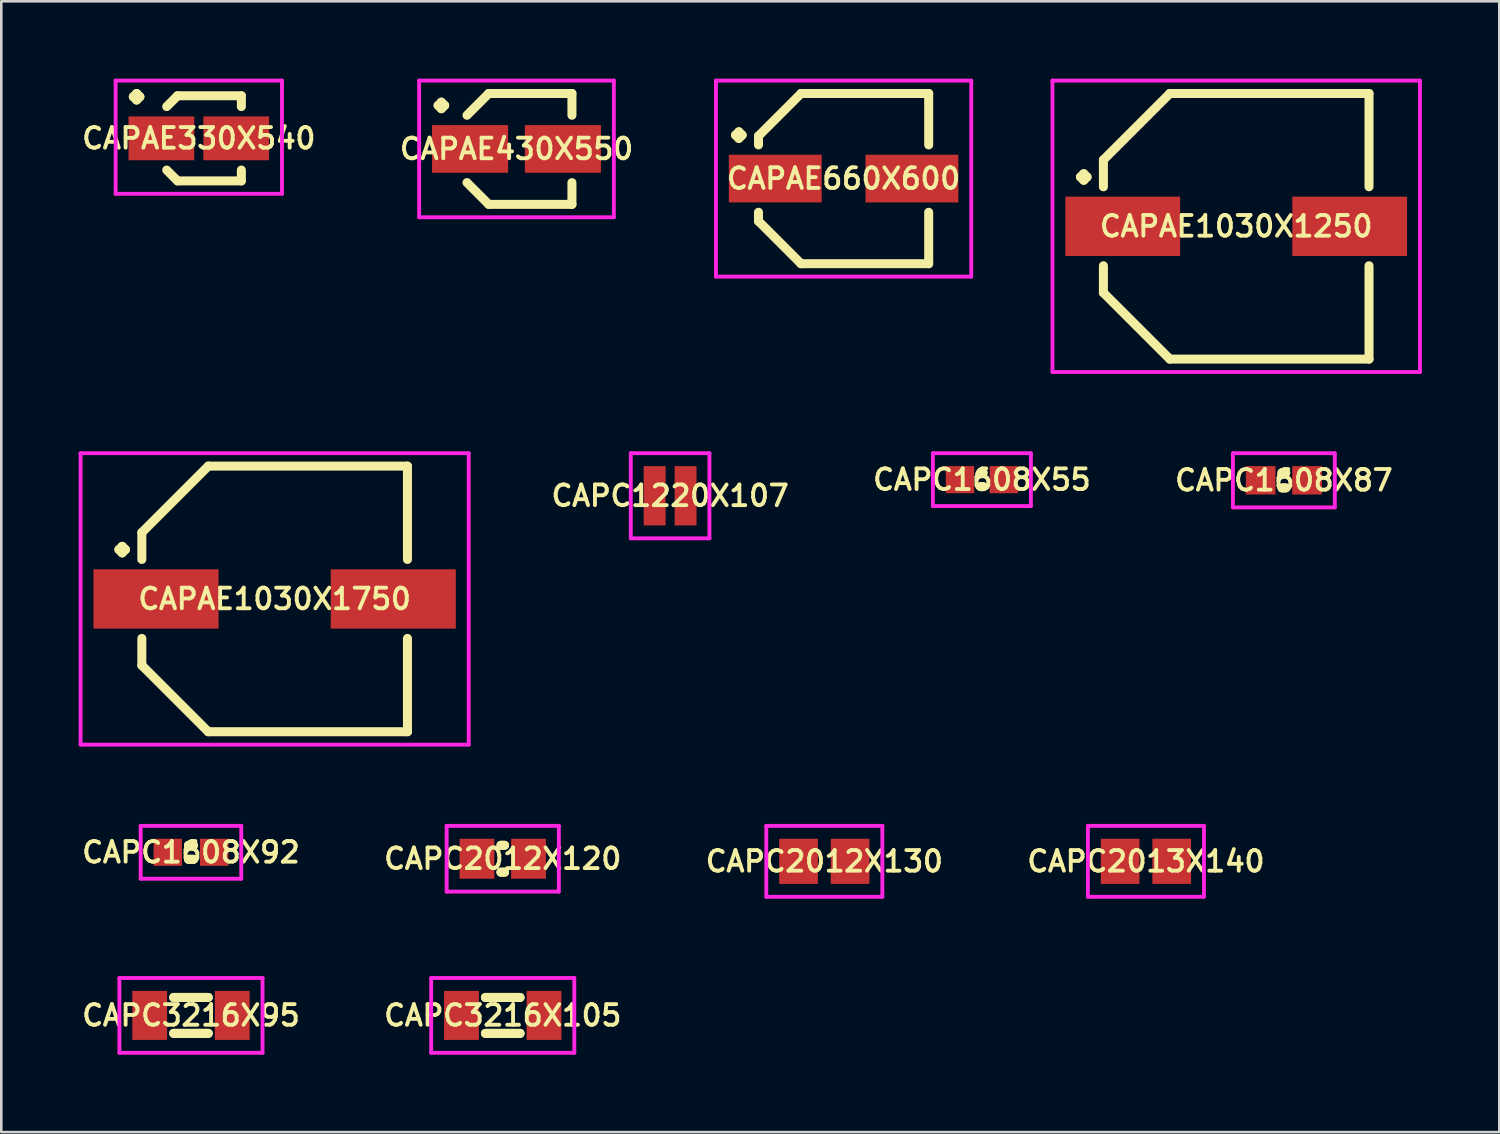
<source format=kicad_pcb>
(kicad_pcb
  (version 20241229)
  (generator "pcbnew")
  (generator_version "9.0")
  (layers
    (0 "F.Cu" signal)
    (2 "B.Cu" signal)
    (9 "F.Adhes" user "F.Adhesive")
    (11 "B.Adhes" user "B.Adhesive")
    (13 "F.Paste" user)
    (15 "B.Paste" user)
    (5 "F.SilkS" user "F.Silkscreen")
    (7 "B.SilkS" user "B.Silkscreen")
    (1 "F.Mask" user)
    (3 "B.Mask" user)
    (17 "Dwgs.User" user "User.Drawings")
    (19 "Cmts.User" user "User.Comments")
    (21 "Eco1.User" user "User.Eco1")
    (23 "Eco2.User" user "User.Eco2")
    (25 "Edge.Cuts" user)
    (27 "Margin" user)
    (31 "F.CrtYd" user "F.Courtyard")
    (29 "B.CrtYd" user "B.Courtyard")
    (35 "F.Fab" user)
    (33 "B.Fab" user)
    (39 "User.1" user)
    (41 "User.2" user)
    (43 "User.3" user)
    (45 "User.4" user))
  (footprint "CAPAE1030X1250"
    (layer "F.Cu")
    (at 44.887 5.725)
    (property "Reference" "CAPAE1030X1250" (at 0 0 0) (layer "F.SilkS") (effects (font (size 0.8 0.8) (thickness 0.15))))
    (attr smd)
    (fp_line (start -6.039 -1.912) (end -5.912 -2.039) (stroke (width 0.35) (type solid)) (layer "F.SilkS"))
    (fp_line (start -5.912 -2.039) (end -5.785 -1.912) (stroke (width 0.35) (type solid)) (layer "F.SilkS"))
    (fp_line (start -5.912 -1.785) (end -6.039 -1.912) (stroke (width 0.35) (type solid)) (layer "F.SilkS"))
    (fp_line (start -5.785 -1.912) (end -5.912 -1.785) (stroke (width 0.35) (type solid)) (layer "F.SilkS"))
    (fp_line (start -5.15 -2.575) (end -5.15 -1.531) (stroke (width 0.35) (type solid)) (layer "F.SilkS"))
    (fp_line (start -5.15 2.575) (end -5.15 1.531) (stroke (width 0.35) (type solid)) (layer "F.SilkS"))
    (fp_line (start -2.575 -5.15) (end -5.15 -2.575) (stroke (width 0.35) (type solid)) (layer "F.SilkS"))
    (fp_line (start -2.575 5.15) (end -5.15 2.575) (stroke (width 0.35) (type solid)) (layer "F.SilkS"))
    (fp_line (start 5.15 -5.15) (end -2.575 -5.15) (stroke (width 0.35) (type solid)) (layer "F.SilkS"))
    (fp_line (start 5.15 -1.531) (end 5.15 -5.15) (stroke (width 0.35) (type solid)) (layer "F.SilkS"))
    (fp_line (start 5.15 1.531) (end 5.15 5.15) (stroke (width 0.35) (type solid)) (layer "F.SilkS"))
    (fp_line (start 5.15 5.15) (end -2.575 5.15) (stroke (width 0.35) (type solid)) (layer "F.SilkS"))
    (fp_line (start -7.125 -5.65) (end 7.125 -5.65) (stroke (width 0.15) (type solid)) (layer "F.CrtYd"))
    (fp_line (start -7.125 5.65) (end -7.125 -5.65) (stroke (width 0.15) (type solid)) (layer "F.CrtYd"))
    (fp_line (start 7.125 -5.65) (end 7.125 5.65) (stroke (width 0.15) (type solid)) (layer "F.CrtYd"))
    (fp_line (start 7.125 5.65) (end -7.125 5.65) (stroke (width 0.15) (type solid)) (layer "F.CrtYd"))
    (pad "1" smd rect (at -4.4 0) (size 4.45 2.3) (layers "F.Cu" "F.Mask" "F.Paste"))
    (pad "2" smd rect (at 4.4 0) (size 4.45 2.3) (layers "F.Cu" "F.Mask" "F.Paste")))
  (footprint "CAPAE1030X1750"
    (layer "F.Cu")
    (at 7.6 20.175)
    (property "Reference" "CAPAE1030X1750" (at 0 0 0) (layer "F.SilkS") (effects (font (size 0.8 0.8) (thickness 0.15))))
    (attr smd)
    (fp_line (start -6.039 -1.912) (end -5.912 -2.039) (stroke (width 0.35) (type solid)) (layer "F.SilkS"))
    (fp_line (start -5.912 -2.039) (end -5.785 -1.912) (stroke (width 0.35) (type solid)) (layer "F.SilkS"))
    (fp_line (start -5.912 -1.785) (end -6.039 -1.912) (stroke (width 0.35) (type solid)) (layer "F.SilkS"))
    (fp_line (start -5.785 -1.912) (end -5.912 -1.785) (stroke (width 0.35) (type solid)) (layer "F.SilkS"))
    (fp_line (start -5.15 -2.575) (end -5.15 -1.531) (stroke (width 0.35) (type solid)) (layer "F.SilkS"))
    (fp_line (start -5.15 2.575) (end -5.15 1.531) (stroke (width 0.35) (type solid)) (layer "F.SilkS"))
    (fp_line (start -2.575 -5.15) (end -5.15 -2.575) (stroke (width 0.35) (type solid)) (layer "F.SilkS"))
    (fp_line (start -2.575 5.15) (end -5.15 2.575) (stroke (width 0.35) (type solid)) (layer "F.SilkS"))
    (fp_line (start 5.15 -5.15) (end -2.575 -5.15) (stroke (width 0.35) (type solid)) (layer "F.SilkS"))
    (fp_line (start 5.15 -1.531) (end 5.15 -5.15) (stroke (width 0.35) (type solid)) (layer "F.SilkS"))
    (fp_line (start 5.15 1.531) (end 5.15 5.15) (stroke (width 0.35) (type solid)) (layer "F.SilkS"))
    (fp_line (start 5.15 5.15) (end -2.575 5.15) (stroke (width 0.35) (type solid)) (layer "F.SilkS"))
    (fp_line (start -7.525 -5.65) (end 7.525 -5.65) (stroke (width 0.15) (type solid)) (layer "F.CrtYd"))
    (fp_line (start -7.525 5.65) (end -7.525 -5.65) (stroke (width 0.15) (type solid)) (layer "F.CrtYd"))
    (fp_line (start 7.525 -5.65) (end 7.525 5.65) (stroke (width 0.15) (type solid)) (layer "F.CrtYd"))
    (fp_line (start 7.525 5.65) (end -7.525 5.65) (stroke (width 0.15) (type solid)) (layer "F.CrtYd"))
    (pad "1" smd rect (at -4.6 0) (size 4.85 2.3) (layers "F.Cu" "F.Mask" "F.Paste"))
    (pad "2" smd rect (at 4.6 0) (size 4.85 2.3) (layers "F.Cu" "F.Mask" "F.Paste")))
  (footprint "CAPC3216X95"
    (layer "F.Cu")
    (at 4.355 36.325)
    (property "Reference" "CAPC3216X95" (at 0 0 0) (layer "F.SilkS") (effects (font (size 0.8 0.8) (thickness 0.15))))
    (attr smd)
    (fp_line (start -0.671 -0.696) (end 0.671 -0.696) (stroke (width 0.35) (type solid)) (layer "F.SilkS"))
    (fp_line (start -0.671 0.696) (end 0.671 0.696) (stroke (width 0.35) (type solid)) (layer "F.SilkS"))
    (fp_line (start 0.671 -0.696) (end -0.671 -0.696) (stroke (width 0.35) (type solid)) (layer "F.SilkS"))
    (fp_line (start 0.671 0.696) (end -0.671 0.696) (stroke (width 0.35) (type solid)) (layer "F.SilkS"))
    (fp_line (start -2.775 -1.45) (end 2.775 -1.45) (stroke (width 0.15) (type solid)) (layer "F.CrtYd"))
    (fp_line (start -2.775 1.45) (end -2.775 -1.45) (stroke (width 0.15) (type solid)) (layer "F.CrtYd"))
    (fp_line (start 2.775 -1.45) (end 2.775 1.45) (stroke (width 0.15) (type solid)) (layer "F.CrtYd"))
    (fp_line (start 2.775 1.45) (end -2.775 1.45) (stroke (width 0.15) (type solid)) (layer "F.CrtYd"))
    (pad "1" smd rect (at -1.6 0) (size 1.35 1.9) (layers "F.Cu" "F.Mask" "F.Paste"))
    (pad "2" smd rect (at 1.6 0) (size 1.35 1.9) (layers "F.Cu" "F.Mask" "F.Paste")))
  (footprint "CAPC1608X55"
    (layer "F.Cu")
    (at 35.025 15.55)
    (property "Reference" "CAPC1608X55" (at 0 0 0) (layer "F.SilkS") (effects (font (size 0.8 0.8) (thickness 0.15))))
    (attr smd)
    (fp_line (start -0.046 -0.271) (end 0.046 -0.271) (stroke (width 0.35) (type solid)) (layer "F.SilkS"))
    (fp_line (start -0.046 0.271) (end 0.046 0.271) (stroke (width 0.35) (type solid)) (layer "F.SilkS"))
    (fp_line (start 0.046 -0.271) (end -0.046 -0.271) (stroke (width 0.35) (type solid)) (layer "F.SilkS"))
    (fp_line (start 0.046 0.271) (end -0.046 0.271) (stroke (width 0.35) (type solid)) (layer "F.SilkS"))
    (fp_line (start -1.9 -1.025) (end 1.9 -1.025) (stroke (width 0.15) (type solid)) (layer "F.CrtYd"))
    (fp_line (start -1.9 1.025) (end -1.9 -1.025) (stroke (width 0.15) (type solid)) (layer "F.CrtYd"))
    (fp_line (start 1.9 -1.025) (end 1.9 1.025) (stroke (width 0.15) (type solid)) (layer "F.CrtYd"))
    (fp_line (start 1.9 1.025) (end -1.9 1.025) (stroke (width 0.15) (type solid)) (layer "F.CrtYd"))
    (pad "1" smd rect (at -0.85 0) (size 1.1 1.05) (layers "F.Cu" "F.Mask" "F.Paste"))
    (pad "2" smd rect (at 0.85 0) (size 1.1 1.05) (layers "F.Cu" "F.Mask" "F.Paste")))
  (footprint "CAPC1608X92"
    (layer "F.Cu")
    (at 4.355 30)
    (property "Reference" "CAPC1608X92" (at 0 0 0) (layer "F.SilkS") (effects (font (size 0.8 0.8) (thickness 0.15))))
    (attr smd)
    (fp_line (start -0.096 -0.271) (end 0.096 -0.271) (stroke (width 0.35) (type solid)) (layer "F.SilkS"))
    (fp_line (start -0.096 0.271) (end 0.096 0.271) (stroke (width 0.35) (type solid)) (layer "F.SilkS"))
    (fp_line (start 0.096 -0.271) (end -0.096 -0.271) (stroke (width 0.35) (type solid)) (layer "F.SilkS"))
    (fp_line (start 0.096 0.271) (end -0.096 0.271) (stroke (width 0.35) (type solid)) (layer "F.SilkS"))
    (fp_line (start -1.95 -1.025) (end 1.95 -1.025) (stroke (width 0.15) (type solid)) (layer "F.CrtYd"))
    (fp_line (start -1.95 1.025) (end -1.95 -1.025) (stroke (width 0.15) (type solid)) (layer "F.CrtYd"))
    (fp_line (start 1.95 -1.025) (end 1.95 1.025) (stroke (width 0.15) (type solid)) (layer "F.CrtYd"))
    (fp_line (start 1.95 1.025) (end -1.95 1.025) (stroke (width 0.15) (type solid)) (layer "F.CrtYd"))
    (pad "1" smd rect (at -0.9 0) (size 1.1 1.05) (layers "F.Cu" "F.Mask" "F.Paste"))
    (pad "2" smd rect (at 0.9 0) (size 1.1 1.05) (layers "F.Cu" "F.Mask" "F.Paste")))
  (footprint "CAPC1220X107"
    (layer "F.Cu")
    (at 22.935 16.175)
    (property "Reference" "CAPC1220X107" (at 0 0 0) (layer "F.SilkS") (effects (font (size 0.8 0.8) (thickness 0.15))))
    (attr smd)
    (fp_line (start -1.525 -1.65) (end 1.525 -1.65) (stroke (width 0.15) (type solid)) (layer "F.CrtYd"))
    (fp_line (start -1.525 1.65) (end -1.525 -1.65) (stroke (width 0.15) (type solid)) (layer "F.CrtYd"))
    (fp_line (start 1.525 -1.65) (end 1.525 1.65) (stroke (width 0.15) (type solid)) (layer "F.CrtYd"))
    (fp_line (start 1.525 1.65) (end -1.525 1.65) (stroke (width 0.15) (type solid)) (layer "F.CrtYd"))
    (pad "1" smd rect (at -0.6 0) (size 0.85 2.3) (layers "F.Cu" "F.Mask" "F.Paste"))
    (pad "2" smd rect (at 0.6 0) (size 0.85 2.3) (layers "F.Cu" "F.Mask" "F.Paste")))
  (footprint "CAPC1608X87"
    (layer "F.Cu")
    (at 46.735 15.575)
    (property "Reference" "CAPC1608X87" (at 0 0 0) (layer "F.SilkS") (effects (font (size 0.8 0.8) (thickness 0.15))))
    (attr smd)
    (fp_line (start -0.071 -0.296) (end 0.071 -0.296) (stroke (width 0.35) (type solid)) (layer "F.SilkS"))
    (fp_line (start -0.071 0.296) (end 0.071 0.296) (stroke (width 0.35) (type solid)) (layer "F.SilkS"))
    (fp_line (start 0.071 -0.296) (end -0.071 -0.296) (stroke (width 0.35) (type solid)) (layer "F.SilkS"))
    (fp_line (start 0.071 0.296) (end -0.071 0.296) (stroke (width 0.35) (type solid)) (layer "F.SilkS"))
    (fp_line (start -1.975 -1.05) (end 1.975 -1.05) (stroke (width 0.15) (type solid)) (layer "F.CrtYd"))
    (fp_line (start -1.975 1.05) (end -1.975 -1.05) (stroke (width 0.15) (type solid)) (layer "F.CrtYd"))
    (fp_line (start 1.975 -1.05) (end 1.975 1.05) (stroke (width 0.15) (type solid)) (layer "F.CrtYd"))
    (fp_line (start 1.975 1.05) (end -1.975 1.05) (stroke (width 0.15) (type solid)) (layer "F.CrtYd"))
    (pad "1" smd rect (at -0.9 0) (size 1.15 1.1) (layers "F.Cu" "F.Mask" "F.Paste"))
    (pad "2" smd rect (at 0.9 0) (size 1.15 1.1) (layers "F.Cu" "F.Mask" "F.Paste")))
  (footprint "CAPAE430X550"
    (layer "F.Cu")
    (at 16.978 2.725)
    (property "Reference" "CAPAE430X550" (at 0 0 0) (layer "F.SilkS") (effects (font (size 0.8 0.8) (thickness 0.15))))
    (attr smd)
    (fp_line (start -3.039 -1.687) (end -2.912 -1.814) (stroke (width 0.35) (type solid)) (layer "F.SilkS"))
    (fp_line (start -2.912 -1.814) (end -2.785 -1.687) (stroke (width 0.35) (type solid)) (layer "F.SilkS"))
    (fp_line (start -2.912 -1.56) (end -3.039 -1.687) (stroke (width 0.35) (type solid)) (layer "F.SilkS"))
    (fp_line (start -2.785 -1.687) (end -2.912 -1.56) (stroke (width 0.35) (type solid)) (layer "F.SilkS"))
    (fp_line (start -1.075 -2.15) (end -1.919 -1.306) (stroke (width 0.35) (type solid)) (layer "F.SilkS"))
    (fp_line (start -1.075 2.15) (end -1.919 1.306) (stroke (width 0.35) (type solid)) (layer "F.SilkS"))
    (fp_line (start 2.15 -2.15) (end -1.075 -2.15) (stroke (width 0.35) (type solid)) (layer "F.SilkS"))
    (fp_line (start 2.15 -1.306) (end 2.15 -2.15) (stroke (width 0.35) (type solid)) (layer "F.SilkS"))
    (fp_line (start 2.15 1.306) (end 2.15 2.15) (stroke (width 0.35) (type solid)) (layer "F.SilkS"))
    (fp_line (start 2.15 2.15) (end -1.075 2.15) (stroke (width 0.35) (type solid)) (layer "F.SilkS"))
    (fp_line (start -3.775 -2.65) (end 3.775 -2.65) (stroke (width 0.15) (type solid)) (layer "F.CrtYd"))
    (fp_line (start -3.775 2.65) (end -3.775 -2.65) (stroke (width 0.15) (type solid)) (layer "F.CrtYd"))
    (fp_line (start 3.775 -2.65) (end 3.775 2.65) (stroke (width 0.15) (type solid)) (layer "F.CrtYd"))
    (fp_line (start 3.775 2.65) (end -3.775 2.65) (stroke (width 0.15) (type solid)) (layer "F.CrtYd"))
    (pad "1" smd rect (at -1.8 0) (size 2.95 1.85) (layers "F.Cu" "F.Mask" "F.Paste"))
    (pad "2" smd rect (at 1.8 0) (size 2.95 1.85) (layers "F.Cu" "F.Mask" "F.Paste")))
  (footprint "CAPC3216X105"
    (layer "F.Cu")
    (at 16.445 36.325)
    (property "Reference" "CAPC3216X105" (at 0 0 0) (layer "F.SilkS") (effects (font (size 0.8 0.8) (thickness 0.15))))
    (attr smd)
    (fp_line (start -0.671 -0.696) (end 0.671 -0.696) (stroke (width 0.35) (type solid)) (layer "F.SilkS"))
    (fp_line (start -0.671 0.696) (end 0.671 0.696) (stroke (width 0.35) (type solid)) (layer "F.SilkS"))
    (fp_line (start 0.671 -0.696) (end -0.671 -0.696) (stroke (width 0.35) (type solid)) (layer "F.SilkS"))
    (fp_line (start 0.671 0.696) (end -0.671 0.696) (stroke (width 0.35) (type solid)) (layer "F.SilkS"))
    (fp_line (start -2.775 -1.45) (end 2.775 -1.45) (stroke (width 0.15) (type solid)) (layer "F.CrtYd"))
    (fp_line (start -2.775 1.45) (end -2.775 -1.45) (stroke (width 0.15) (type solid)) (layer "F.CrtYd"))
    (fp_line (start 2.775 -1.45) (end 2.775 1.45) (stroke (width 0.15) (type solid)) (layer "F.CrtYd"))
    (fp_line (start 2.775 1.45) (end -2.775 1.45) (stroke (width 0.15) (type solid)) (layer "F.CrtYd"))
    (pad "1" smd rect (at -1.6 0) (size 1.35 1.9) (layers "F.Cu" "F.Mask" "F.Paste"))
    (pad "2" smd rect (at 1.6 0) (size 1.35 1.9) (layers "F.Cu" "F.Mask" "F.Paste")))
  (footprint "CAPAE660X600"
    (layer "F.Cu")
    (at 29.662 3.875)
    (property "Reference" "CAPAE660X600" (at 0 0 0) (layer "F.SilkS") (effects (font (size 0.8 0.8) (thickness 0.15))))
    (attr smd)
    (fp_line (start -4.189 -1.687) (end -4.062 -1.814) (stroke (width 0.35) (type solid)) (layer "F.SilkS"))
    (fp_line (start -4.062 -1.814) (end -3.935 -1.687) (stroke (width 0.35) (type solid)) (layer "F.SilkS"))
    (fp_line (start -4.062 -1.56) (end -4.189 -1.687) (stroke (width 0.35) (type solid)) (layer "F.SilkS"))
    (fp_line (start -3.935 -1.687) (end -4.062 -1.56) (stroke (width 0.35) (type solid)) (layer "F.SilkS"))
    (fp_line (start -3.3 -1.65) (end -3.3 -1.306) (stroke (width 0.35) (type solid)) (layer "F.SilkS"))
    (fp_line (start -3.3 1.65) (end -3.3 1.306) (stroke (width 0.35) (type solid)) (layer "F.SilkS"))
    (fp_line (start -1.65 -3.3) (end -3.3 -1.65) (stroke (width 0.35) (type solid)) (layer "F.SilkS"))
    (fp_line (start -1.65 3.3) (end -3.3 1.65) (stroke (width 0.35) (type solid)) (layer "F.SilkS"))
    (fp_line (start 3.3 -3.3) (end -1.65 -3.3) (stroke (width 0.35) (type solid)) (layer "F.SilkS"))
    (fp_line (start 3.3 -1.306) (end 3.3 -3.3) (stroke (width 0.35) (type solid)) (layer "F.SilkS"))
    (fp_line (start 3.3 1.306) (end 3.3 3.3) (stroke (width 0.35) (type solid)) (layer "F.SilkS"))
    (fp_line (start 3.3 3.3) (end -1.65 3.3) (stroke (width 0.35) (type solid)) (layer "F.SilkS"))
    (fp_line (start -4.95 -3.8) (end 4.95 -3.8) (stroke (width 0.15) (type solid)) (layer "F.CrtYd"))
    (fp_line (start -4.95 3.8) (end -4.95 -3.8) (stroke (width 0.15) (type solid)) (layer "F.CrtYd"))
    (fp_line (start 4.95 -3.8) (end 4.95 3.8) (stroke (width 0.15) (type solid)) (layer "F.CrtYd"))
    (fp_line (start 4.95 3.8) (end -4.95 3.8) (stroke (width 0.15) (type solid)) (layer "F.CrtYd"))
    (pad "1" smd rect (at -2.65 0) (size 3.6 1.85) (layers "F.Cu" "F.Mask" "F.Paste"))
    (pad "2" smd rect (at 2.65 0) (size 3.6 1.85) (layers "F.Cu" "F.Mask" "F.Paste")))
  (footprint "CAPC2013X140"
    (layer "F.Cu")
    (at 41.386 30.35)
    (property "Reference" "CAPC2013X140" (at 0 0 0) (layer "F.SilkS") (effects (font (size 0.8 0.8) (thickness 0.15))))
    (attr smd)
    (fp_line (start -2.25 -1.375) (end 2.25 -1.375) (stroke (width 0.15) (type solid)) (layer "F.CrtYd"))
    (fp_line (start -2.25 1.375) (end -2.25 -1.375) (stroke (width 0.15) (type solid)) (layer "F.CrtYd"))
    (fp_line (start 2.25 -1.375) (end 2.25 1.375) (stroke (width 0.15) (type solid)) (layer "F.CrtYd"))
    (fp_line (start 2.25 1.375) (end -2.25 1.375) (stroke (width 0.15) (type solid)) (layer "F.CrtYd"))
    (pad "1" smd rect (at -1 0) (size 1.5 1.75) (layers "F.Cu" "F.Mask" "F.Paste"))
    (pad "2" smd rect (at 1 0) (size 1.5 1.75) (layers "F.Cu" "F.Mask" "F.Paste")))
  (footprint "CAPC2012X120"
    (layer "F.Cu")
    (at 16.445 30.25)
    (property "Reference" "CAPC2012X120" (at 0 0 0) (layer "F.SilkS") (effects (font (size 0.8 0.8) (thickness 0.15))))
    (attr smd)
    (fp_line (start -0.071 -0.521) (end 0.071 -0.521) (stroke (width 0.35) (type solid)) (layer "F.SilkS"))
    (fp_line (start -0.071 0.521) (end 0.071 0.521) (stroke (width 0.35) (type solid)) (layer "F.SilkS"))
    (fp_line (start 0.071 -0.521) (end -0.071 -0.521) (stroke (width 0.35) (type solid)) (layer "F.SilkS"))
    (fp_line (start 0.071 0.521) (end -0.071 0.521) (stroke (width 0.35) (type solid)) (layer "F.SilkS"))
    (fp_line (start -2.175 -1.275) (end 2.175 -1.275) (stroke (width 0.15) (type solid)) (layer "F.CrtYd"))
    (fp_line (start -2.175 1.275) (end -2.175 -1.275) (stroke (width 0.15) (type solid)) (layer "F.CrtYd"))
    (fp_line (start 2.175 -1.275) (end 2.175 1.275) (stroke (width 0.15) (type solid)) (layer "F.CrtYd"))
    (fp_line (start 2.175 1.275) (end -2.175 1.275) (stroke (width 0.15) (type solid)) (layer "F.CrtYd"))
    (pad "1" smd rect (at -1 0) (size 1.35 1.55) (layers "F.Cu" "F.Mask" "F.Paste"))
    (pad "2" smd rect (at 1 0) (size 1.35 1.55) (layers "F.Cu" "F.Mask" "F.Paste")))
  (footprint "CAPC2012X130"
    (layer "F.Cu")
    (at 28.915 30.35)
    (property "Reference" "CAPC2012X130" (at 0 0 0) (layer "F.SilkS") (effects (font (size 0.8 0.8) (thickness 0.15))))
    (attr smd)
    (fp_line (start -2.25 -1.375) (end 2.25 -1.375) (stroke (width 0.15) (type solid)) (layer "F.CrtYd"))
    (fp_line (start -2.25 1.375) (end -2.25 -1.375) (stroke (width 0.15) (type solid)) (layer "F.CrtYd"))
    (fp_line (start 2.25 -1.375) (end 2.25 1.375) (stroke (width 0.15) (type solid)) (layer "F.CrtYd"))
    (fp_line (start 2.25 1.375) (end -2.25 1.375) (stroke (width 0.15) (type solid)) (layer "F.CrtYd"))
    (pad "1" smd rect (at -1 0) (size 1.5 1.75) (layers "F.Cu" "F.Mask" "F.Paste"))
    (pad "2" smd rect (at 1 0) (size 1.5 1.75) (layers "F.Cu" "F.Mask" "F.Paste")))
  (footprint "CAPAE330X540"
    (layer "F.Cu")
    (at 4.659 2.314)
    (property "Reference" "CAPAE330X540" (at 0 0 0) (layer "F.SilkS") (effects (font (size 0.8 0.8) (thickness 0.15))))
    (attr smd)
    (fp_line (start -2.539 -1.612) (end -2.412 -1.739) (stroke (width 0.35) (type solid)) (layer "F.SilkS"))
    (fp_line (start -2.412 -1.739) (end -2.285 -1.612) (stroke (width 0.35) (type solid)) (layer "F.SilkS"))
    (fp_line (start -2.412 -1.485) (end -2.539 -1.612) (stroke (width 0.35) (type solid)) (layer "F.SilkS"))
    (fp_line (start -2.285 -1.612) (end -2.412 -1.485) (stroke (width 0.35) (type solid)) (layer "F.SilkS"))
    (fp_line (start -0.825 -1.65) (end -1.244 -1.231) (stroke (width 0.35) (type solid)) (layer "F.SilkS"))
    (fp_line (start -0.825 1.65) (end -1.244 1.231) (stroke (width 0.35) (type solid)) (layer "F.SilkS"))
    (fp_line (start 1.65 -1.65) (end -0.825 -1.65) (stroke (width 0.35) (type solid)) (layer "F.SilkS"))
    (fp_line (start 1.65 -1.231) (end 1.65 -1.65) (stroke (width 0.35) (type solid)) (layer "F.SilkS"))
    (fp_line (start 1.65 1.231) (end 1.65 1.65) (stroke (width 0.35) (type solid)) (layer "F.SilkS"))
    (fp_line (start 1.65 1.65) (end -0.825 1.65) (stroke (width 0.35) (type solid)) (layer "F.SilkS"))
    (fp_line (start -3.225 -2.239) (end 3.225 -2.239) (stroke (width 0.15) (type solid)) (layer "F.CrtYd"))
    (fp_line (start -3.225 2.15) (end -3.225 -2.239) (stroke (width 0.15) (type solid)) (layer "F.CrtYd"))
    (fp_line (start 3.225 -2.239) (end 3.225 2.15) (stroke (width 0.15) (type solid)) (layer "F.CrtYd"))
    (fp_line (start 3.225 2.15) (end -3.225 2.15) (stroke (width 0.15) (type solid)) (layer "F.CrtYd"))
    (pad "1" smd rect (at -1.45 0) (size 2.55 1.7) (layers "F.Cu" "F.Mask" "F.Paste"))
    (pad "2" smd rect (at 1.45 0) (size 2.55 1.7) (layers "F.Cu" "F.Mask" "F.Paste")))
  (gr_rect
    (start -3 -3)
    (end 55.087 40.85)
    (stroke (width 0.1) (type default))
    (fill no)
    (layer "Edge.Cuts")))
</source>
